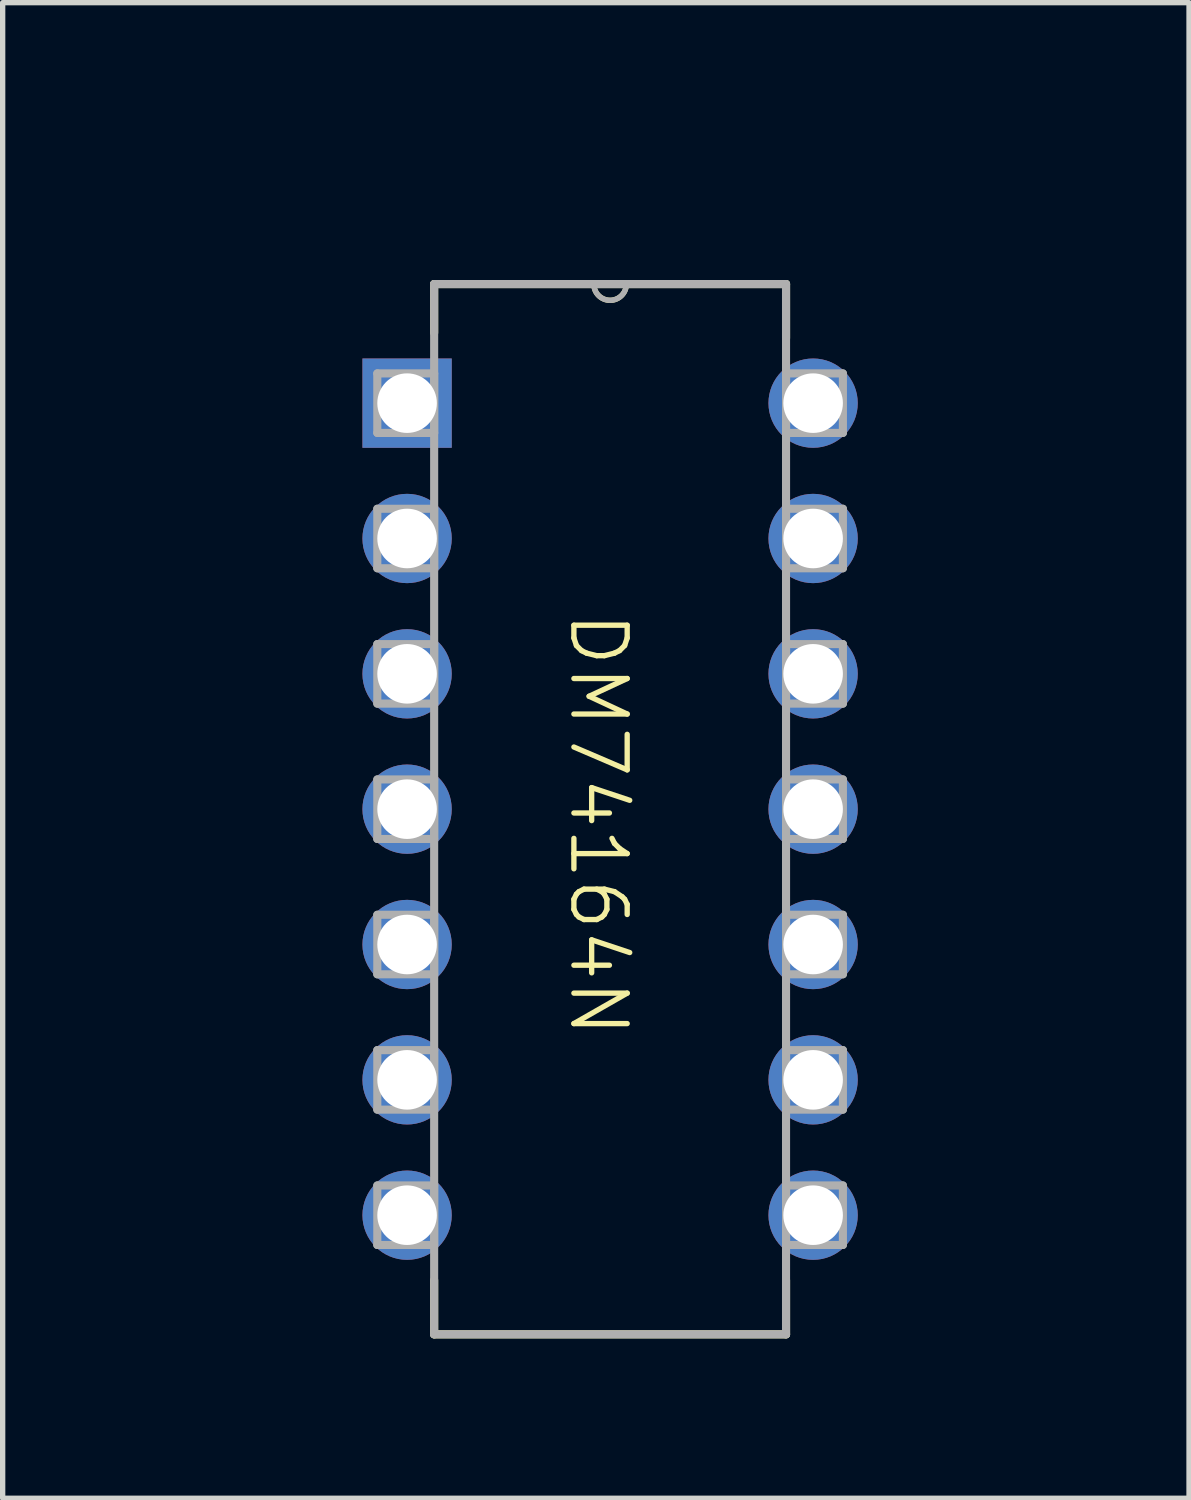
<source format=kicad_pcb>
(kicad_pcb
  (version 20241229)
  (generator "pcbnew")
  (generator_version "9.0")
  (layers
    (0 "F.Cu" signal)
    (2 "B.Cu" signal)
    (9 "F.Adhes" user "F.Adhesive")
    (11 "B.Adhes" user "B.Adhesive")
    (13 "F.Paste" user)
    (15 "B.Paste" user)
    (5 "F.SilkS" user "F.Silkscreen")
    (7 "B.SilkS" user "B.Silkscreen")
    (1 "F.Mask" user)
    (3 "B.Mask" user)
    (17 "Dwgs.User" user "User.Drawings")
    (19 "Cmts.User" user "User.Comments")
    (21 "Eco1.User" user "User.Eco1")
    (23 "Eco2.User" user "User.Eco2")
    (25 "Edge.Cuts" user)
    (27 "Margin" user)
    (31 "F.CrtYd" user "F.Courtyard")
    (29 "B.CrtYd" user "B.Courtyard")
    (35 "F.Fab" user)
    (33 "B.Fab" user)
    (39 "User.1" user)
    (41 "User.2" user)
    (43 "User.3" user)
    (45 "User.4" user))
  (footprint "DM74164N"
    (layer "F.Cu")
    (at 8.228 12.825)
    (property "Reference" "DM74164N" (at 0 -12.065 0) (unlocked yes) (layer "User.1") (effects (font (size 1 1) (thickness 0.1))))
    (attr through_hole)
    (fp_line (start -3.13 -10.544) (end -3.13 -9.629) (stroke (width 0.152) (type solid)) (layer "F.SilkS"))
    (fp_line (start -3.13 8.151) (end -3.13 9.167) (stroke (width 0.152) (type solid)) (layer "F.SilkS"))
    (fp_line (start -3.13 9.167) (end 3.474 9.167) (stroke (width 0.152) (type solid)) (layer "F.SilkS"))
    (fp_line (start -0.133 -10.544) (end -3.13 -10.544) (stroke (width 0.152) (type solid)) (layer "F.SilkS"))
    (fp_line (start 0.477 -10.544) (end -0.133 -10.544) (stroke (width 0.152) (type solid)) (layer "F.SilkS"))
    (fp_line (start 3.474 -10.544) (end 0.477 -10.544) (stroke (width 0.152) (type solid)) (layer "F.SilkS"))
    (fp_line (start 3.474 -9.528) (end 3.474 -10.544) (stroke (width 0.152) (type solid)) (layer "F.SilkS"))
    (fp_line (start 3.474 9.167) (end 3.474 8.151) (stroke (width 0.152) (type solid)) (layer "F.SilkS"))
    (fp_arc (start 0.47655 -10.54389) (mid 0.17175 -10.23909) (end -0.13305 -10.54389) (stroke (width 0.1) (type solid)) (layer "F.SilkS"))
    (fp_line (start -4.197 -8.867) (end -4.197 -7.75) (stroke (width 0.152) (type solid)) (layer "F.Fab"))
    (fp_line (start -4.197 -7.75) (end -3.13 -7.75) (stroke (width 0.152) (type solid)) (layer "F.Fab"))
    (fp_line (start -4.197 -6.327) (end -4.197 -5.21) (stroke (width 0.152) (type solid)) (layer "F.Fab"))
    (fp_line (start -4.197 -5.21) (end -3.13 -5.21) (stroke (width 0.152) (type solid)) (layer "F.Fab"))
    (fp_line (start -4.197 -3.787) (end -4.197 -2.67) (stroke (width 0.152) (type solid)) (layer "F.Fab"))
    (fp_line (start -4.197 -2.67) (end -3.13 -2.67) (stroke (width 0.152) (type solid)) (layer "F.Fab"))
    (fp_line (start -4.197 -1.247) (end -4.197 -0.13) (stroke (width 0.152) (type solid)) (layer "F.Fab"))
    (fp_line (start -4.197 -0.13) (end -3.13 -0.13) (stroke (width 0.152) (type solid)) (layer "F.Fab"))
    (fp_line (start -4.197 1.293) (end -4.197 2.41) (stroke (width 0.152) (type solid)) (layer "F.Fab"))
    (fp_line (start -4.197 2.41) (end -3.13 2.41) (stroke (width 0.152) (type solid)) (layer "F.Fab"))
    (fp_line (start -4.197 3.833) (end -4.197 4.95) (stroke (width 0.152) (type solid)) (layer "F.Fab"))
    (fp_line (start -4.197 4.95) (end -3.13 4.95) (stroke (width 0.152) (type solid)) (layer "F.Fab"))
    (fp_line (start -4.197 6.373) (end -4.197 7.49) (stroke (width 0.152) (type solid)) (layer "F.Fab"))
    (fp_line (start -4.197 7.49) (end -3.13 7.49) (stroke (width 0.152) (type solid)) (layer "F.Fab"))
    (fp_line (start -3.13 -10.544) (end -3.13 9.167) (stroke (width 0.152) (type solid)) (layer "F.Fab"))
    (fp_line (start -3.13 -8.867) (end -4.197 -8.867) (stroke (width 0.152) (type solid)) (layer "F.Fab"))
    (fp_line (start -3.13 -7.75) (end -3.13 -8.867) (stroke (width 0.152) (type solid)) (layer "F.Fab"))
    (fp_line (start -3.13 -6.327) (end -4.197 -6.327) (stroke (width 0.152) (type solid)) (layer "F.Fab"))
    (fp_line (start -3.13 -5.21) (end -3.13 -6.327) (stroke (width 0.152) (type solid)) (layer "F.Fab"))
    (fp_line (start -3.13 -3.787) (end -4.197 -3.787) (stroke (width 0.152) (type solid)) (layer "F.Fab"))
    (fp_line (start -3.13 -2.67) (end -3.13 -3.787) (stroke (width 0.152) (type solid)) (layer "F.Fab"))
    (fp_line (start -3.13 -1.247) (end -4.197 -1.247) (stroke (width 0.152) (type solid)) (layer "F.Fab"))
    (fp_line (start -3.13 -0.13) (end -3.13 -1.247) (stroke (width 0.152) (type solid)) (layer "F.Fab"))
    (fp_line (start -3.13 1.293) (end -4.197 1.293) (stroke (width 0.152) (type solid)) (layer "F.Fab"))
    (fp_line (start -3.13 2.41) (end -3.13 1.293) (stroke (width 0.152) (type solid)) (layer "F.Fab"))
    (fp_line (start -3.13 3.833) (end -4.197 3.833) (stroke (width 0.152) (type solid)) (layer "F.Fab"))
    (fp_line (start -3.13 4.95) (end -3.13 3.833) (stroke (width 0.152) (type solid)) (layer "F.Fab"))
    (fp_line (start -3.13 6.373) (end -4.197 6.373) (stroke (width 0.152) (type solid)) (layer "F.Fab"))
    (fp_line (start -3.13 7.49) (end -3.13 6.373) (stroke (width 0.152) (type solid)) (layer "F.Fab"))
    (fp_line (start -3.13 9.167) (end 3.474 9.167) (stroke (width 0.152) (type solid)) (layer "F.Fab"))
    (fp_line (start -0.133 -10.544) (end -3.13 -10.544) (stroke (width 0.152) (type solid)) (layer "F.Fab"))
    (fp_line (start 0.477 -10.544) (end -0.133 -10.544) (stroke (width 0.152) (type solid)) (layer "F.Fab"))
    (fp_line (start 3.474 -10.544) (end 0.477 -10.544) (stroke (width 0.152) (type solid)) (layer "F.Fab"))
    (fp_line (start 3.474 -8.867) (end 3.474 -7.75) (stroke (width 0.152) (type solid)) (layer "F.Fab"))
    (fp_line (start 3.474 -7.75) (end 4.541 -7.75) (stroke (width 0.152) (type solid)) (layer "F.Fab"))
    (fp_line (start 3.474 -6.327) (end 3.474 -5.21) (stroke (width 0.152) (type solid)) (layer "F.Fab"))
    (fp_line (start 3.474 -5.21) (end 4.541 -5.21) (stroke (width 0.152) (type solid)) (layer "F.Fab"))
    (fp_line (start 3.474 -3.787) (end 3.474 -2.67) (stroke (width 0.152) (type solid)) (layer "F.Fab"))
    (fp_line (start 3.474 -2.67) (end 4.541 -2.67) (stroke (width 0.152) (type solid)) (layer "F.Fab"))
    (fp_line (start 3.474 -1.247) (end 3.474 -0.13) (stroke (width 0.152) (type solid)) (layer "F.Fab"))
    (fp_line (start 3.474 -0.13) (end 4.541 -0.13) (stroke (width 0.152) (type solid)) (layer "F.Fab"))
    (fp_line (start 3.474 1.293) (end 3.474 2.41) (stroke (width 0.152) (type solid)) (layer "F.Fab"))
    (fp_line (start 3.474 2.41) (end 4.541 2.41) (stroke (width 0.152) (type solid)) (layer "F.Fab"))
    (fp_line (start 3.474 3.833) (end 3.474 4.95) (stroke (width 0.152) (type solid)) (layer "F.Fab"))
    (fp_line (start 3.474 4.95) (end 4.541 4.95) (stroke (width 0.152) (type solid)) (layer "F.Fab"))
    (fp_line (start 3.474 6.373) (end 3.474 7.49) (stroke (width 0.152) (type solid)) (layer "F.Fab"))
    (fp_line (start 3.474 7.49) (end 4.541 7.49) (stroke (width 0.152) (type solid)) (layer "F.Fab"))
    (fp_line (start 3.474 9.167) (end 3.474 -10.544) (stroke (width 0.152) (type solid)) (layer "F.Fab"))
    (fp_line (start 4.541 -8.867) (end 3.474 -8.867) (stroke (width 0.152) (type solid)) (layer "F.Fab"))
    (fp_line (start 4.541 -7.75) (end 4.541 -8.867) (stroke (width 0.152) (type solid)) (layer "F.Fab"))
    (fp_line (start 4.541 -6.327) (end 3.474 -6.327) (stroke (width 0.152) (type solid)) (layer "F.Fab"))
    (fp_line (start 4.541 -5.21) (end 4.541 -6.327) (stroke (width 0.152) (type solid)) (layer "F.Fab"))
    (fp_line (start 4.541 -3.787) (end 3.474 -3.787) (stroke (width 0.152) (type solid)) (layer "F.Fab"))
    (fp_line (start 4.541 -2.67) (end 4.541 -3.787) (stroke (width 0.152) (type solid)) (layer "F.Fab"))
    (fp_line (start 4.541 -1.247) (end 3.474 -1.247) (stroke (width 0.152) (type solid)) (layer "F.Fab"))
    (fp_line (start 4.541 -0.13) (end 4.541 -1.247) (stroke (width 0.152) (type solid)) (layer "F.Fab"))
    (fp_line (start 4.541 1.293) (end 3.474 1.293) (stroke (width 0.152) (type solid)) (layer "F.Fab"))
    (fp_line (start 4.541 2.41) (end 4.541 1.293) (stroke (width 0.152) (type solid)) (layer "F.Fab"))
    (fp_line (start 4.541 3.833) (end 3.474 3.833) (stroke (width 0.152) (type solid)) (layer "F.Fab"))
    (fp_line (start 4.541 4.95) (end 4.541 3.833) (stroke (width 0.152) (type solid)) (layer "F.Fab"))
    (fp_line (start 4.541 6.373) (end 3.474 6.373) (stroke (width 0.152) (type solid)) (layer "F.Fab"))
    (fp_line (start 4.541 7.49) (end 4.541 6.373) (stroke (width 0.152) (type solid)) (layer "F.Fab"))
    (fp_arc (start 0.47655 -10.54389) (mid 0.17175 -10.23909) (end -0.13305 -10.54389) (stroke (width 0.1) (type solid)) (layer "F.Fab"))
    (fp_text user "DM74164N" (at -0.635 -4.445 270) (unlocked yes) (layer "F.SilkS") (effects (font (size 1 1) (thickness 0.1)) (justify left bottom)))
    (fp_text user "Q_D" (at -5.08 5.08 0) (unlocked yes) (layer "User.1") (effects (font (size 1 1) (thickness 0.1)) (justify right bottom)))
    (fp_text user "A" (at -5.08 -7.62 0) (unlocked yes) (layer "User.1") (effects (font (size 1 1) (thickness 0.1)) (justify right bottom)))
    (fp_text user "Q_H" (at 5.08 -5.08 0) (unlocked yes) (layer "User.1") (effects (font (size 1 1) (thickness 0.1)) (justify left bottom)))
    (fp_text user "VCC" (at 5.08 -7.62 0) (unlocked yes) (layer "User.1") (effects (font (size 1 1) (thickness 0.1)) (justify left bottom)))
    (fp_text user "Q_C" (at -5.08 2.54 0) (unlocked yes) (layer "User.1") (effects (font (size 1 1) (thickness 0.1)) (justify right bottom)))
    (fp_text user "GND" (at -5.08 7.62 0) (unlocked yes) (layer "User.1") (effects (font (size 1 1) (thickness 0.1)) (justify right bottom)))
    (fp_text user "Q_F" (at 5.08 0 0) (unlocked yes) (layer "User.1") (effects (font (size 1 1) (thickness 0.1)) (justify left bottom)))
    (fp_text user "Q_E" (at 5.08 2.54 0) (unlocked yes) (layer "User.1") (effects (font (size 1 1) (thickness 0.1)) (justify left bottom)))
    (fp_text user "Q_A" (at -5.08 -2.54 0) (unlocked yes) (layer "User.1") (effects (font (size 1 1) (thickness 0.1)) (justify right bottom)))
    (fp_text user "Q_B" (at -5.08 0 0) (unlocked yes) (layer "User.1") (effects (font (size 1 1) (thickness 0.1)) (justify right bottom)))
    (fp_text user "B" (at -5.08 -5.08 0) (unlocked yes) (layer "User.1") (effects (font (size 1 1) (thickness 0.1)) (justify right bottom)))
    (fp_text user "CLR" (at 5.08 5.08 0) (unlocked yes) (layer "User.1") (effects (font (size 1 1) (thickness 0.1)) (justify left bottom)))
    (fp_text user "Q_G" (at 5.08 -2.54 0) (unlocked yes) (layer "User.1") (effects (font (size 1 1) (thickness 0.1)) (justify left bottom)))
    (fp_text user "CLK" (at 5.08 7.62 0) (unlocked yes) (layer "User.1") (effects (font (size 1 1) (thickness 0.1)) (justify left bottom)))
    (pad "1" thru_hole rect (at -3.638 -8.309) (size 1.676 1.676) (drill 1.118) (layers "*.Cu" "*.Mask"))
    (pad "2" thru_hole circle (at -3.638 -5.769) (size 1.676 1.676) (drill 1.118) (layers "*.Cu" "*.Mask"))
    (pad "3" thru_hole circle (at -3.638 -3.229) (size 1.676 1.676) (drill 1.118) (layers "*.Cu" "*.Mask"))
    (pad "4" thru_hole circle (at -3.638 -0.689) (size 1.676 1.676) (drill 1.118) (layers "*.Cu" "*.Mask"))
    (pad "5" thru_hole circle (at -3.638 1.851) (size 1.676 1.676) (drill 1.118) (layers "*.Cu" "*.Mask"))
    (pad "6" thru_hole circle (at -3.638 4.391) (size 1.676 1.676) (drill 1.118) (layers "*.Cu" "*.Mask"))
    (pad "7" thru_hole circle (at -3.638 6.931) (size 1.676 1.676) (drill 1.118) (layers "*.Cu" "*.Mask"))
    (pad "8" thru_hole circle (at 3.982 6.931) (size 1.676 1.676) (drill 1.118) (layers "*.Cu" "*.Mask"))
    (pad "9" thru_hole circle (at 3.982 4.391) (size 1.676 1.676) (drill 1.118) (layers "*.Cu" "*.Mask"))
    (pad "10" thru_hole circle (at 3.982 1.851) (size 1.676 1.676) (drill 1.118) (layers "*.Cu" "*.Mask"))
    (pad "11" thru_hole circle (at 3.982 -0.689) (size 1.676 1.676) (drill 1.118) (layers "*.Cu" "*.Mask"))
    (pad "12" thru_hole circle (at 3.982 -3.229) (size 1.676 1.676) (drill 1.118) (layers "*.Cu" "*.Mask"))
    (pad "13" thru_hole circle (at 3.982 -5.769) (size 1.676 1.676) (drill 1.118) (layers "*.Cu" "*.Mask"))
    (pad "14" thru_hole circle (at 3.982 -8.309) (size 1.676 1.676) (drill 1.118) (layers "*.Cu" "*.Mask")))
  (gr_rect
    (start -3 -3)
    (end 19.265 25.068)
    (stroke (width 0.1) (type default))
    (fill no)
    (layer "Edge.Cuts")))
</source>
